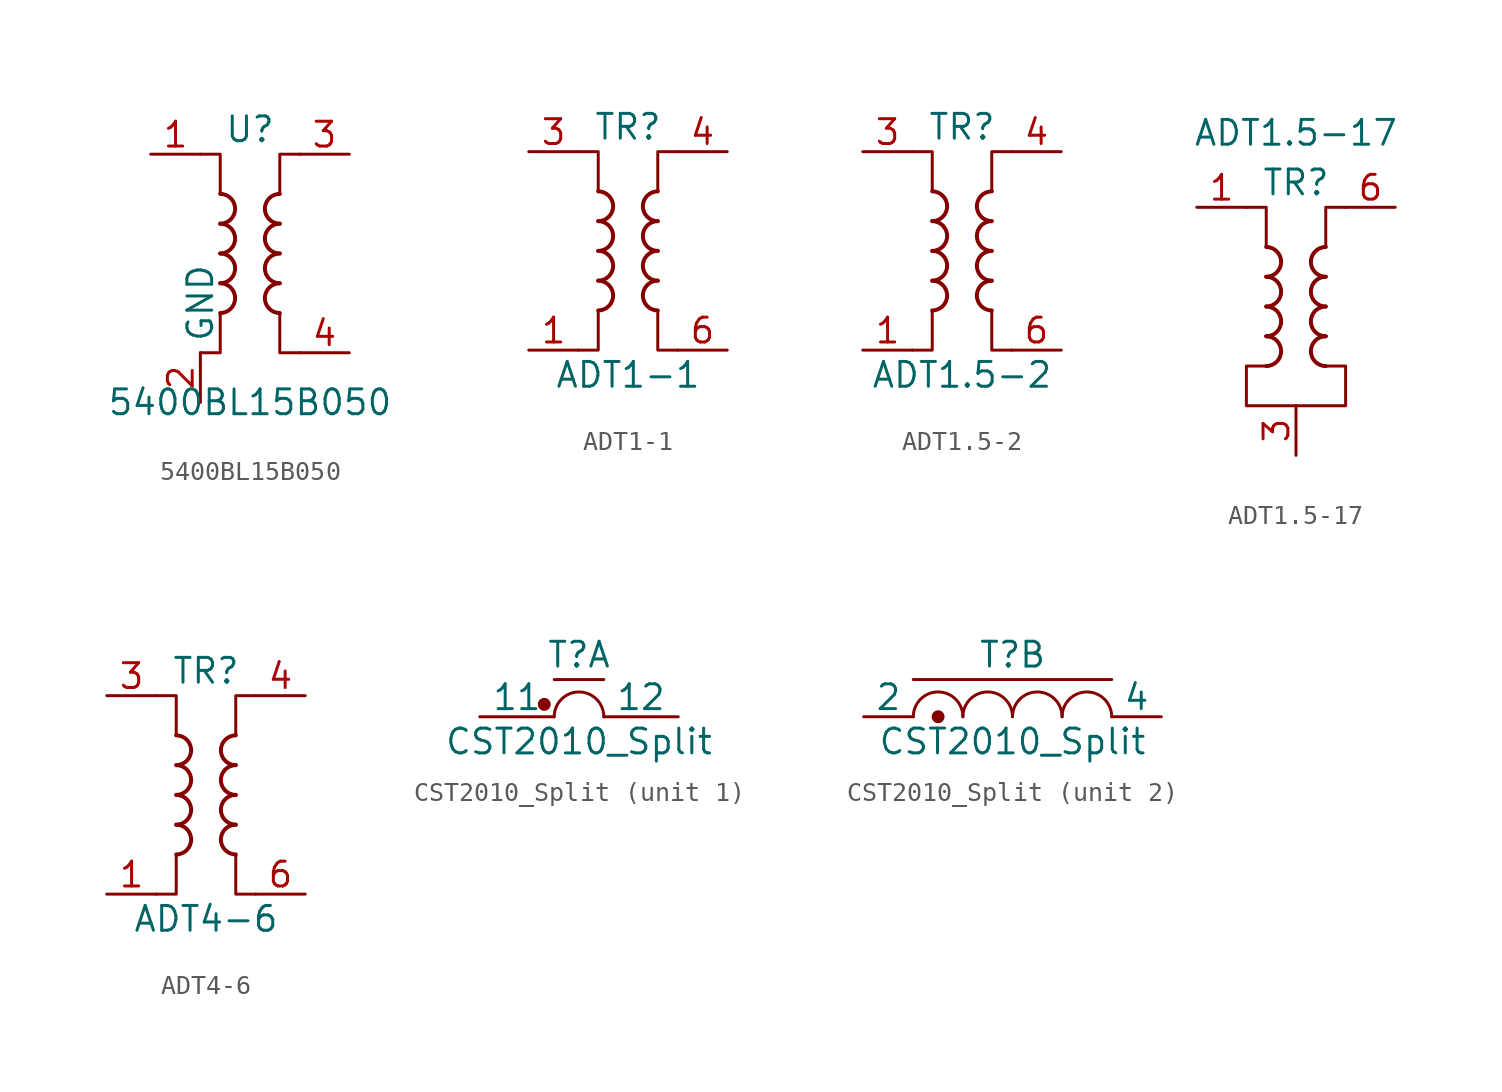
<source format=kicad_sym>
(kicad_symbol_lib
  (version 20220914)
  (generator kicad_symbol_editor)
  (symbol "5400BL15B050"
    (property "Reference" "U"
      (at 0 6.35 0)
      (effects (font (size 1.27 1.27))))
    (property "Value" "5400BL15B050"
      (at 0 -7.62 0)
      (effects (font (size 1.27 1.27))))
    (symbol "5400BL15B050_1_1"
      (arc (start -1.524 -3.048) (mid -0.7653 -2.286) (end -1.524 -1.524) (stroke (width 0.2032) (type default)) (fill (type none)))
      (arc (start -1.524 -1.524) (mid -0.7653 -0.762) (end -1.524 0) (stroke (width 0.2032) (type default)) (fill (type none)))
      (arc (start -1.524 0) (mid -0.7653 0.762) (end -1.524 1.524) (stroke (width 0.2032) (type default)) (fill (type none)))
      (arc (start -1.524 1.524) (mid -0.7653 2.286) (end -1.524 3.048) (stroke (width 0.2032) (type default)) (fill (type none)))
      (polyline (pts (xy -2.54 5.08) (xy -1.524 5.08) (xy -1.524 3.048)) (stroke (width 0.152) (type default)) (fill (type none)))
      (polyline (pts (xy -1.524 -3.048) (xy -1.524 -5.08) (xy -2.54 -5.08)) (stroke (width 0.152) (type default)) (fill (type none)))
      (polyline (pts (xy 1.524 3.048) (xy 1.524 5.08) (xy 2.54 5.08)) (stroke (width 0.152) (type default)) (fill (type none)))
      (polyline (pts (xy 2.54 -5.08) (xy 1.524 -5.08) (xy 1.524 -3.048)) (stroke (width 0.152) (type default)) (fill (type none)))
      (arc (start 1.524 -1.524) (mid 0.7653 -2.286) (end 1.524 -3.048) (stroke (width 0.2032) (type default)) (fill (type none)))
      (arc (start 1.524 0) (mid 0.7653 -0.762) (end 1.524 -1.524) (stroke (width 0.2032) (type default)) (fill (type none)))
      (arc (start 1.524 1.524) (mid 0.7653 0.762) (end 1.524 0) (stroke (width 0.2032) (type default)) (fill (type none)))
      (arc (start 1.524 3.048) (mid 0.7653 2.286) (end 1.524 1.524) (stroke (width 0.2032) (type default)) (fill (type none)))
      (pin passive line (at -5.08 5.08 0) (length 2.54) (name "~" (effects (font (size 1.27 1.27)))) (number "1" (effects (font (size 1.27 1.27)))))
      (pin power_in line (at -2.54 -7.62 90) (length 2.54) (name "GND" (effects (font (size 1.27 1.27)))) (number "2" (effects (font (size 1.27 1.27)))))
      (pin passive line (at 5.08 5.08 180) (length 2.54) (name "~" (effects (font (size 1.27 1.27)))) (number "3" (effects (font (size 1.27 1.27)))))
      (pin passive line (at 5.08 -5.08 180) (length 2.54) (name "~" (effects (font (size 1.27 1.27)))) (number "4" (effects (font (size 1.27 1.27)))))
      (pin passive line (at -2.54 -7.62 90) (length 2.54) hide (name "GND" (effects (font (size 1.27 1.27)))) (number "5" (effects (font (size 1.27 1.27)))))
      (pin no_connect line (at 2.54 0 180) (length 2.54) hide (name "NC" (effects (font (size 1.27 1.27)))) (number "6" (effects (font (size 1.27 1.27)))))))
  (symbol "ADT1-1"
    (pin_names hide)
    (property "Reference" "TR"
      (at 0 6.35 0)
      (effects (font (size 1.27 1.27))))
    (property "Value" "ADT1-1"
      (at 0 -6.35 0)
      (effects (font (size 1.27 1.27))))
    (symbol "ADT1-1_0_1"
      (arc (start -1.524 -3.048) (mid -0.7653 -2.286) (end -1.524 -1.524) (stroke (width 0.2032) (type default)) (fill (type none)))
      (arc (start -1.524 -1.524) (mid -0.7653 -0.762) (end -1.524 0) (stroke (width 0.2032) (type default)) (fill (type none)))
      (arc (start -1.524 0) (mid -0.7653 0.762) (end -1.524 1.524) (stroke (width 0.2032) (type default)) (fill (type none)))
      (arc (start -1.524 1.524) (mid -0.7653 2.286) (end -1.524 3.048) (stroke (width 0.2032) (type default)) (fill (type none)))
      (polyline (pts (xy -2.54 5.08) (xy -1.524 5.08) (xy -1.524 3.048)) (stroke (width 0.152) (type default)) (fill (type none)))
      (polyline (pts (xy -1.524 -3.048) (xy -1.524 -5.08) (xy -2.54 -5.08)) (stroke (width 0.152) (type default)) (fill (type none)))
      (polyline (pts (xy 1.524 3.048) (xy 1.524 5.08) (xy 2.54 5.08)) (stroke (width 0.152) (type default)) (fill (type none)))
      (polyline (pts (xy 2.54 -5.08) (xy 1.524 -5.08) (xy 1.524 -3.048)) (stroke (width 0.152) (type default)) (fill (type none)))
      (arc (start 1.524 -1.524) (mid 0.7653 -2.286) (end 1.524 -3.048) (stroke (width 0.2032) (type default)) (fill (type none)))
      (arc (start 1.524 0) (mid 0.7653 -0.762) (end 1.524 -1.524) (stroke (width 0.2032) (type default)) (fill (type none)))
      (arc (start 1.524 1.524) (mid 0.7653 0.762) (end 1.524 0) (stroke (width 0.2032) (type default)) (fill (type none)))
      (arc (start 1.524 3.048) (mid 0.7653 2.286) (end 1.524 1.524) (stroke (width 0.2032) (type default)) (fill (type none))))
    (symbol "ADT1-1_1_1"
      (pin passive line (at -5.08 -5.08 0) (length 2.54) (name "~" (effects (font (size 1.27 1.27)))) (number "1" (effects (font (size 1.27 1.27)))))
      (pin passive line (at -5.08 5.08 0) (length 2.54) (name "~" (effects (font (size 1.27 1.27)))) (number "3" (effects (font (size 1.27 1.27)))))
      (pin passive line (at 5.08 5.08 180) (length 2.54) (name "~" (effects (font (size 1.27 1.27)))) (number "4" (effects (font (size 1.27 1.27)))))
      (pin passive line (at 5.08 -5.08 180) (length 2.54) (name "~" (effects (font (size 1.27 1.27)))) (number "6" (effects (font (size 1.27 1.27)))))))
  (symbol "ADT1.5-2"
    (pin_names hide)
    (property "Reference" "TR"
      (at 0 6.35 0)
      (effects (font (size 1.27 1.27))))
    (property "Value" "ADT1.5-2"
      (at 0 -6.35 0)
      (effects (font (size 1.27 1.27))))
    (symbol "ADT1.5-2_0_1"
      (arc (start -1.524 -3.048) (mid -0.7653 -2.286) (end -1.524 -1.524) (stroke (width 0.2032) (type default)) (fill (type none)))
      (arc (start -1.524 -1.524) (mid -0.7653 -0.762) (end -1.524 0) (stroke (width 0.2032) (type default)) (fill (type none)))
      (arc (start -1.524 0) (mid -0.7653 0.762) (end -1.524 1.524) (stroke (width 0.2032) (type default)) (fill (type none)))
      (arc (start -1.524 1.524) (mid -0.7653 2.286) (end -1.524 3.048) (stroke (width 0.2032) (type default)) (fill (type none)))
      (polyline (pts (xy -2.54 5.08) (xy -1.524 5.08) (xy -1.524 3.048)) (stroke (width 0.152) (type default)) (fill (type none)))
      (polyline (pts (xy -1.524 -3.048) (xy -1.524 -5.08) (xy -2.54 -5.08)) (stroke (width 0.152) (type default)) (fill (type none)))
      (polyline (pts (xy 1.524 3.048) (xy 1.524 5.08) (xy 2.54 5.08)) (stroke (width 0.152) (type default)) (fill (type none)))
      (polyline (pts (xy 2.54 -5.08) (xy 1.524 -5.08) (xy 1.524 -3.048)) (stroke (width 0.152) (type default)) (fill (type none)))
      (arc (start 1.524 -1.524) (mid 0.7653 -2.286) (end 1.524 -3.048) (stroke (width 0.2032) (type default)) (fill (type none)))
      (arc (start 1.524 0) (mid 0.7653 -0.762) (end 1.524 -1.524) (stroke (width 0.2032) (type default)) (fill (type none)))
      (arc (start 1.524 1.524) (mid 0.7653 0.762) (end 1.524 0) (stroke (width 0.2032) (type default)) (fill (type none)))
      (arc (start 1.524 3.048) (mid 0.7653 2.286) (end 1.524 1.524) (stroke (width 0.2032) (type default)) (fill (type none))))
    (symbol "ADT1.5-2_1_1"
      (pin passive line (at -5.08 -5.08 0) (length 2.54) (name "~" (effects (font (size 1.27 1.27)))) (number "1" (effects (font (size 1.27 1.27)))))
      (pin passive line (at -5.08 5.08 0) (length 2.54) (name "~" (effects (font (size 1.27 1.27)))) (number "3" (effects (font (size 1.27 1.27)))))
      (pin passive line (at 5.08 5.08 180) (length 2.54) (name "~" (effects (font (size 1.27 1.27)))) (number "4" (effects (font (size 1.27 1.27)))))
      (pin passive line (at 5.08 -5.08 180) (length 2.54) (name "~" (effects (font (size 1.27 1.27)))) (number "6" (effects (font (size 1.27 1.27)))))))
  (symbol "ADT1.5-17"
    (pin_names hide)
    (property "Reference" "TR"
      (at 0 6.35 0)
      (effects (font (size 1.27 1.27))))
    (property "Value" "ADT1.5-17"
      (at 0 8.89 0)
      (effects (font (size 1.27 1.27))))
    (symbol "ADT1.5-17_0_1"
      (arc (start -1.524 -3.048) (mid -0.7653 -2.286) (end -1.524 -1.524) (stroke (width 0.2032) (type default)) (fill (type none)))
      (arc (start -1.524 -1.524) (mid -0.7653 -0.762) (end -1.524 0) (stroke (width 0.2032) (type default)) (fill (type none)))
      (arc (start -1.524 0) (mid -0.7653 0.762) (end -1.524 1.524) (stroke (width 0.2032) (type default)) (fill (type none)))
      (arc (start -1.524 1.524) (mid -0.7653 2.286) (end -1.524 3.048) (stroke (width 0.2032) (type default)) (fill (type none)))
      (polyline (pts (xy -2.54 5.08) (xy -1.524 5.08) (xy -1.524 3.048)) (stroke (width 0.152) (type default)) (fill (type none)))
      (polyline (pts (xy 1.524 3.048) (xy 1.524 5.08) (xy 2.54 5.08)) (stroke (width 0.152) (type default)) (fill (type none)))
      (polyline (pts (xy -1.524 -3.048) (xy -2.54 -3.048) (xy -2.54 -5.08) (xy 2.54 -5.08) (xy 2.54 -3.048) (xy 1.524 -3.048)) (stroke (width 0) (type default)) (fill (type none)))
      (arc (start 1.524 -1.524) (mid 0.7653 -2.286) (end 1.524 -3.048) (stroke (width 0.2032) (type default)) (fill (type none)))
      (arc (start 1.524 0) (mid 0.7653 -0.762) (end 1.524 -1.524) (stroke (width 0.2032) (type default)) (fill (type none)))
      (arc (start 1.524 1.524) (mid 0.7653 0.762) (end 1.524 0) (stroke (width 0.2032) (type default)) (fill (type none)))
      (arc (start 1.524 3.048) (mid 0.7653 2.286) (end 1.524 1.524) (stroke (width 0.2032) (type default)) (fill (type none))))
    (symbol "ADT1.5-17_1_1"
      (pin passive line (at -5.08 5.08 0) (length 2.54) (name "~" (effects (font (size 1.27 1.27)))) (number "1" (effects (font (size 1.27 1.27)))))
      (pin passive line (at 0 -7.62 90) (length 2.54) (name "~" (effects (font (size 1.27 1.27)))) (number "3" (effects (font (size 1.27 1.27)))))
      (pin passive line (at 5.08 5.08 180) (length 2.54) (name "~" (effects (font (size 1.27 1.27)))) (number "6" (effects (font (size 1.27 1.27)))))))
  (symbol "ADT4-6"
    (pin_names hide)
    (property "Reference" "TR"
      (at 0 6.35 0)
      (effects (font (size 1.27 1.27))))
    (property "Value" "ADT4-6"
      (at 0 -6.35 0)
      (effects (font (size 1.27 1.27))))
    (symbol "ADT4-6_0_1"
      (arc (start -1.524 -3.048) (mid -0.7653 -2.286) (end -1.524 -1.524) (stroke (width 0.2032) (type default)) (fill (type none)))
      (arc (start -1.524 -1.524) (mid -0.7653 -0.762) (end -1.524 0) (stroke (width 0.2032) (type default)) (fill (type none)))
      (arc (start -1.524 0) (mid -0.7653 0.762) (end -1.524 1.524) (stroke (width 0.2032) (type default)) (fill (type none)))
      (arc (start -1.524 1.524) (mid -0.7653 2.286) (end -1.524 3.048) (stroke (width 0.2032) (type default)) (fill (type none)))
      (polyline (pts (xy -2.54 5.08) (xy -1.524 5.08) (xy -1.524 3.048)) (stroke (width 0.152) (type default)) (fill (type none)))
      (polyline (pts (xy -1.524 -3.048) (xy -1.524 -5.08) (xy -2.54 -5.08)) (stroke (width 0.152) (type default)) (fill (type none)))
      (polyline (pts (xy 1.524 3.048) (xy 1.524 5.08) (xy 2.54 5.08)) (stroke (width 0.152) (type default)) (fill (type none)))
      (polyline (pts (xy 2.54 -5.08) (xy 1.524 -5.08) (xy 1.524 -3.048)) (stroke (width 0.152) (type default)) (fill (type none)))
      (arc (start 1.524 -1.524) (mid 0.7653 -2.286) (end 1.524 -3.048) (stroke (width 0.2032) (type default)) (fill (type none)))
      (arc (start 1.524 0) (mid 0.7653 -0.762) (end 1.524 -1.524) (stroke (width 0.2032) (type default)) (fill (type none)))
      (arc (start 1.524 1.524) (mid 0.7653 0.762) (end 1.524 0) (stroke (width 0.2032) (type default)) (fill (type none)))
      (arc (start 1.524 3.048) (mid 0.7653 2.286) (end 1.524 1.524) (stroke (width 0.2032) (type default)) (fill (type none))))
    (symbol "ADT4-6_1_1"
      (pin passive line (at -5.08 -5.08 0) (length 2.54) (name "~" (effects (font (size 1.27 1.27)))) (number "1" (effects (font (size 1.27 1.27)))))
      (pin passive line (at -5.08 5.08 0) (length 2.54) (name "~" (effects (font (size 1.27 1.27)))) (number "3" (effects (font (size 1.27 1.27)))))
      (pin passive line (at 5.08 5.08 180) (length 2.54) (name "~" (effects (font (size 1.27 1.27)))) (number "4" (effects (font (size 1.27 1.27)))))
      (pin passive line (at 5.08 -5.08 180) (length 2.54) (name "~" (effects (font (size 1.27 1.27)))) (number "6" (effects (font (size 1.27 1.27)))))))
  (symbol "CST2010_Split"
    (pin_numbers hide)
    (pin_names
      (offset 0))
    (property "Reference" "T"
      (at 0 3.175 0)
      (effects (font (size 1.27 1.27))))
    (property "Value" "CST2010_Split"
      (at 0 -1.27 0)
      (effects (font (size 1.27 1.27))))
    (property "ki_locked" ""
      (at 0 0 0)
      (effects (font (size 1.27 1.27))))
    (symbol "CST2010_Split_1_1"
      (circle (center -1.778 0.635) (radius 0.254) (stroke (width 0) (type default)) (fill (type outline)))
      (polyline (pts (xy -1.27 1.905) (xy 1.27 1.905)) (stroke (width 0) (type default)) (fill (type none)))
      (arc (start 1.27 0) (mid 0 1.2645) (end -1.27 0) (stroke (width 0) (type default)) (fill (type none)))
      (pin no_connect line (at -2.54 0 0) (length 2.54) hide (name "10" (effects (font (size 1.27 1.27)))) (number "10" (effects (font (size 1.27 1.27)))))
      (pin passive line (at -5.08 0 0) (length 3.81) (name "11" (effects (font (size 1.27 1.27)))) (number "11" (effects (font (size 1.27 1.27)))))
      (pin passive line (at 5.08 0 180) (length 3.81) (name "12" (effects (font (size 1.27 1.27)))) (number "12" (effects (font (size 1.27 1.27))))))
    (symbol "CST2010_Split_2_1"
      (circle (center -3.81 0) (radius 0.254) (stroke (width 0) (type default)) (fill (type outline)))
      (arc (start -2.54 0) (mid -3.81 1.2645) (end -5.08 0) (stroke (width 0) (type default)) (fill (type none)))
      (arc (start 0 0) (mid -1.27 1.2645) (end -2.54 0) (stroke (width 0) (type default)) (fill (type none)))
      (polyline (pts (xy -5.08 1.905) (xy 5.08 1.905)) (stroke (width 0) (type default)) (fill (type none)))
      (arc (start 2.54 0) (mid 1.27 1.2645) (end 0 0) (stroke (width 0) (type default)) (fill (type none)))
      (arc (start 5.08 0) (mid 3.81 1.2645) (end 2.54 0) (stroke (width 0) (type default)) (fill (type none)))
      (pin no_connect line (at -5.08 0 0) (length 2.54) hide (name "1" (effects (font (size 1.27 1.27)))) (number "1" (effects (font (size 1.27 1.27)))))
      (pin passive line (at -7.62 0 0) (length 2.54) (name "2" (effects (font (size 1.27 1.27)))) (number "2" (effects (font (size 1.27 1.27)))))
      (pin no_connect line (at -2.54 0 0) (length 2.54) hide (name "3" (effects (font (size 1.27 1.27)))) (number "3" (effects (font (size 1.27 1.27)))))
      (pin passive line (at 7.62 0 180) (length 2.54) (name "4" (effects (font (size 1.27 1.27)))) (number "4" (effects (font (size 1.27 1.27)))))
      (pin no_connect line (at 0 0 0) (length 2.54) hide (name "5" (effects (font (size 1.27 1.27)))) (number "5" (effects (font (size 1.27 1.27)))))
      (pin no_connect line (at 2.54 0 0) (length 2.54) hide (name "6" (effects (font (size 1.27 1.27)))) (number "6" (effects (font (size 1.27 1.27)))))
      (pin no_connect line (at -2.54 2.54 0) (length 2.54) hide (name "7" (effects (font (size 1.27 1.27)))) (number "7" (effects (font (size 1.27 1.27)))))
      (pin no_connect line (at 0 2.54 0) (length 2.54) hide (name "8" (effects (font (size 1.27 1.27)))) (number "8" (effects (font (size 1.27 1.27)))))
      (pin no_connect line (at 2.54 2.54 0) (length 2.54) hide (name "9" (effects (font (size 1.27 1.27)))) (number "9" (effects (font (size 1.27 1.27))))))))
</source>
